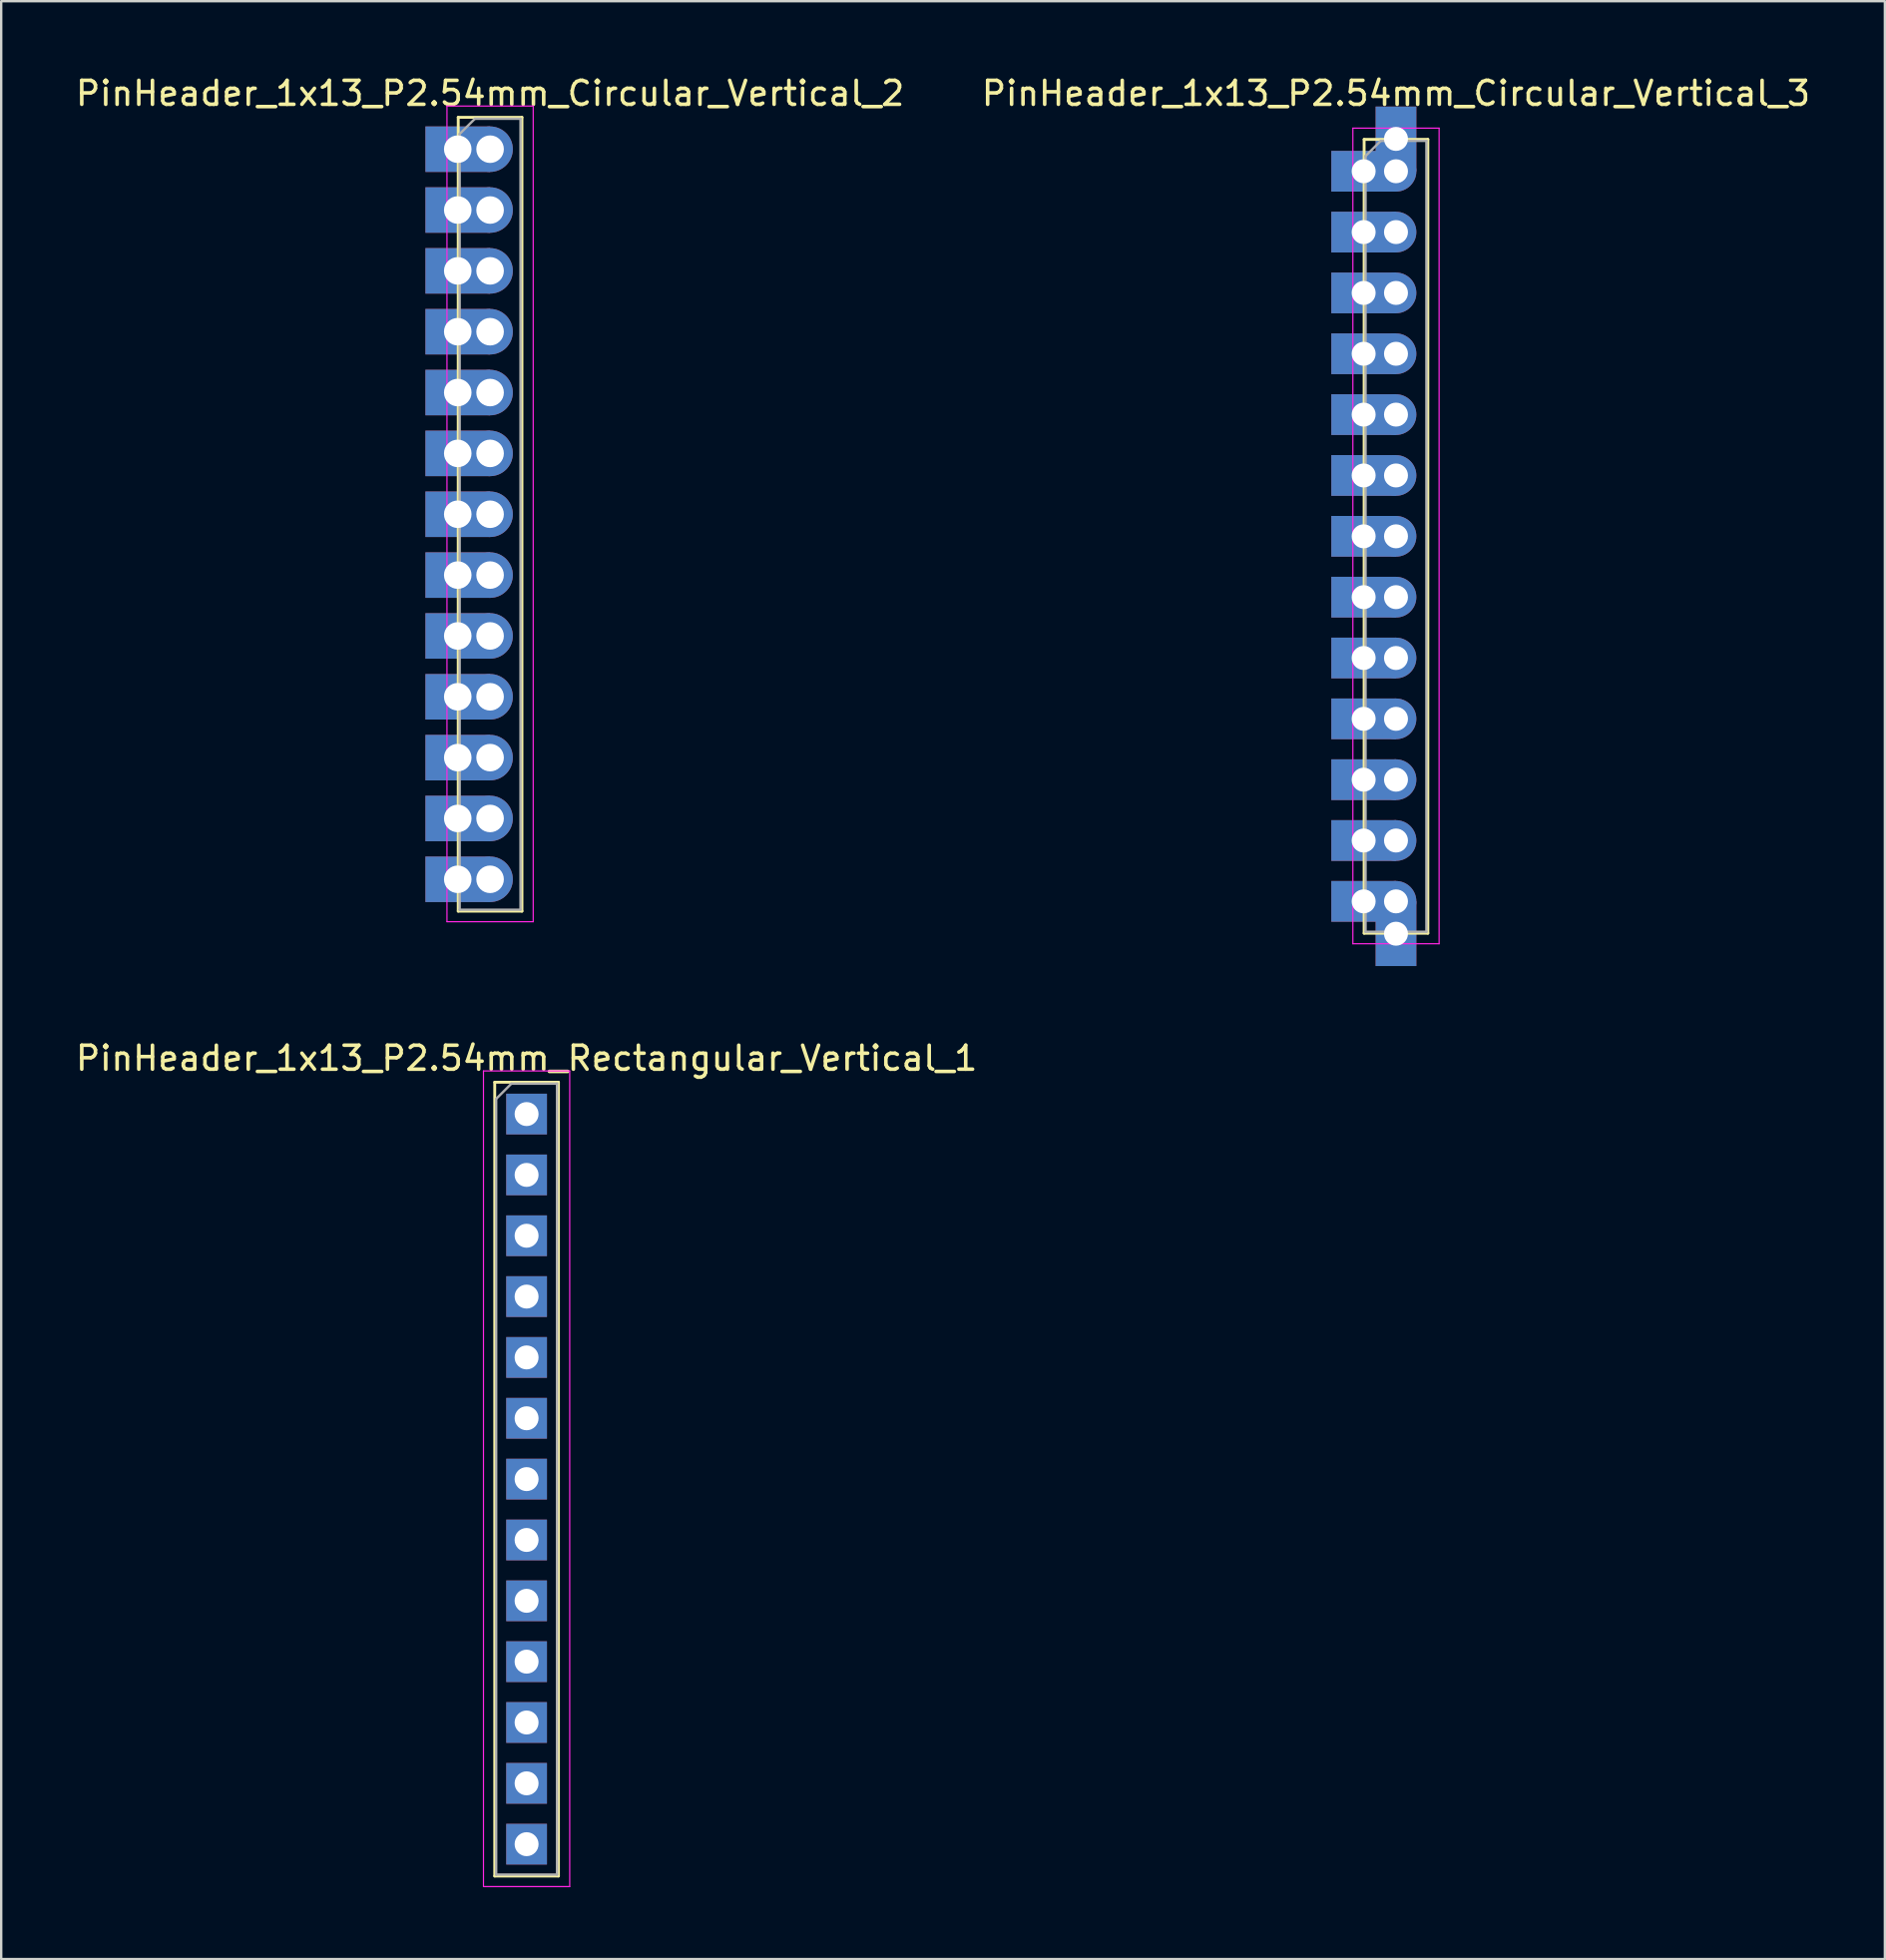
<source format=kicad_pcb>
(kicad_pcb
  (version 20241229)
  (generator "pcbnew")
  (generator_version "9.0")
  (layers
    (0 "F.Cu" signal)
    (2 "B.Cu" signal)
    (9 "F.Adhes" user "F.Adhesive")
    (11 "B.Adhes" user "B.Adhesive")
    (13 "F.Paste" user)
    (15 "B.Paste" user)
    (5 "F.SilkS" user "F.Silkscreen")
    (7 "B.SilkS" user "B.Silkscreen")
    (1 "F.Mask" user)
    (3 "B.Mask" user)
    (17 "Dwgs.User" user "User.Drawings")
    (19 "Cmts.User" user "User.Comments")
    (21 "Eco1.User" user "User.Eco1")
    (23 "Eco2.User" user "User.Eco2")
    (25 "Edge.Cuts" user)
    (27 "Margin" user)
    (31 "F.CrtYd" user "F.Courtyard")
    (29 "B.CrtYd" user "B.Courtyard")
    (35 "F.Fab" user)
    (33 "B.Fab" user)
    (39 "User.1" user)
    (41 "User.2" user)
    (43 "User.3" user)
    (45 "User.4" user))
  (footprint "PinHeader_1x13_P2.54mm_Circular_Vertical_2"
    (layer "F.Cu")
    (at 17.411 3.178)
    (property "Reference" "PinHeader_1x13_P2.54mm_Circular_Vertical_2" (at 0 -2.33 0) (layer "F.SilkS") (effects (font (size 1 1) (thickness 0.15))))
    (attr through_hole)
    (fp_line (start -1.33 -1.33) (end -1.33 31.81) (stroke (width 0.12) (type solid)) (layer "F.SilkS"))
    (fp_line (start -1.33 -1.33) (end 1.33 -1.33) (stroke (width 0.12) (type solid)) (layer "F.SilkS"))
    (fp_line (start -1.33 31.81) (end 1.33 31.81) (stroke (width 0.12) (type solid)) (layer "F.SilkS"))
    (fp_line (start 1.33 -1.33) (end 1.33 31.81) (stroke (width 0.12) (type solid)) (layer "F.SilkS"))
    (fp_line (start -1.8 -1.8) (end -1.8 32.25) (stroke (width 0.05) (type solid)) (layer "F.CrtYd"))
    (fp_line (start -1.8 32.25) (end 1.8 32.25) (stroke (width 0.05) (type solid)) (layer "F.CrtYd"))
    (fp_line (start 1.8 -1.8) (end -1.8 -1.8) (stroke (width 0.05) (type solid)) (layer "F.CrtYd"))
    (fp_line (start 1.8 32.25) (end 1.8 -1.8) (stroke (width 0.05) (type solid)) (layer "F.CrtYd"))
    (fp_line (start -1.27 -0.635) (end -0.635 -1.27) (stroke (width 0.1) (type solid)) (layer "F.Fab"))
    (fp_line (start -1.27 31.75) (end -1.27 -0.635) (stroke (width 0.1) (type solid)) (layer "F.Fab"))
    (fp_line (start -0.635 -1.27) (end 1.27 -1.27) (stroke (width 0.1) (type solid)) (layer "F.Fab"))
    (fp_line (start 1.27 -1.27) (end 1.27 31.75) (stroke (width 0.1) (type solid)) (layer "F.Fab"))
    (fp_line (start 1.27 31.75) (end -1.27 31.75) (stroke (width 0.1) (type solid)) (layer "F.Fab"))
    (pad "1" thru_hole rect (at -1.35 0) (size 2.7 1.9) (drill 1.15) (layers "*.Cu" "*.Mask"))
    (pad "1" thru_hole circle (at 0 0) (size 1.9 1.9) (drill 1.15) (layers "*.Cu" "*.Mask"))
    (pad "2" thru_hole rect (at -1.35 2.54) (size 2.7 1.9) (drill 1.15) (layers "*.Cu" "*.Mask"))
    (pad "2" thru_hole circle (at 0 2.54) (size 1.9 1.9) (drill 1.15) (layers "*.Cu" "*.Mask"))
    (pad "3" thru_hole rect (at -1.35 5.08) (size 2.7 1.9) (drill 1.15) (layers "*.Cu" "*.Mask"))
    (pad "3" thru_hole circle (at 0 5.08) (size 1.9 1.9) (drill 1.15) (layers "*.Cu" "*.Mask"))
    (pad "4" thru_hole rect (at -1.35 7.62) (size 2.7 1.9) (drill 1.15) (layers "*.Cu" "*.Mask"))
    (pad "4" thru_hole circle (at 0 7.62) (size 1.9 1.9) (drill 1.15) (layers "*.Cu" "*.Mask"))
    (pad "5" thru_hole rect (at -1.35 10.16) (size 2.7 1.9) (drill 1.15) (layers "*.Cu" "*.Mask"))
    (pad "5" thru_hole circle (at 0 10.16) (size 1.9 1.9) (drill 1.15) (layers "*.Cu" "*.Mask"))
    (pad "6" thru_hole rect (at -1.35 12.7) (size 2.7 1.9) (drill 1.15) (layers "*.Cu" "*.Mask"))
    (pad "6" thru_hole circle (at 0 12.7) (size 1.9 1.9) (drill 1.15) (layers "*.Cu" "*.Mask"))
    (pad "7" thru_hole rect (at -1.35 15.24) (size 2.7 1.9) (drill 1.15) (layers "*.Cu" "*.Mask"))
    (pad "7" thru_hole circle (at 0 15.24) (size 1.9 1.9) (drill 1.15) (layers "*.Cu" "*.Mask"))
    (pad "8" thru_hole rect (at -1.35 17.78) (size 2.7 1.9) (drill 1.15) (layers "*.Cu" "*.Mask"))
    (pad "8" thru_hole circle (at 0 17.78) (size 1.9 1.9) (drill 1.15) (layers "*.Cu" "*.Mask"))
    (pad "9" thru_hole rect (at -1.35 20.32) (size 2.7 1.9) (drill 1.15) (layers "*.Cu" "*.Mask"))
    (pad "9" thru_hole circle (at 0 20.32) (size 1.9 1.9) (drill 1.15) (layers "*.Cu" "*.Mask"))
    (pad "10" thru_hole rect (at -1.35 22.86) (size 2.7 1.9) (drill 1.15) (layers "*.Cu" "*.Mask"))
    (pad "10" thru_hole circle (at 0 22.86) (size 1.9 1.9) (drill 1.15) (layers "*.Cu" "*.Mask"))
    (pad "11" thru_hole rect (at -1.35 25.4) (size 2.7 1.9) (drill 1.15) (layers "*.Cu" "*.Mask"))
    (pad "11" thru_hole circle (at 0 25.4) (size 1.9 1.9) (drill 1.15) (layers "*.Cu" "*.Mask"))
    (pad "12" thru_hole rect (at -1.35 27.94) (size 2.7 1.9) (drill 1.15) (layers "*.Cu" "*.Mask"))
    (pad "12" thru_hole circle (at 0 27.94) (size 1.9 1.9) (drill 1.15) (layers "*.Cu" "*.Mask"))
    (pad "13" thru_hole rect (at -1.35 30.48) (size 2.7 1.9) (drill 1.15) (layers "*.Cu" "*.Mask"))
    (pad "13" thru_hole circle (at 0 30.48) (size 1.9 1.9) (drill 1.15) (layers "*.Cu" "*.Mask")))
  (footprint "PinHeader_1x13_P2.54mm_Circular_Vertical_3"
    (layer "F.Cu")
    (at 55.232 4.099)
    (property "Reference" "PinHeader_1x13_P2.54mm_Circular_Vertical_3" (at 0 -3.251 0) (layer "F.SilkS") (effects (font (size 1 1) (thickness 0.15))))
    (attr through_hole)
    (fp_line (start -1.33 -1.33) (end -1.33 31.81) (stroke (width 0.12) (type solid)) (layer "F.SilkS"))
    (fp_line (start -1.33 -1.33) (end 1.33 -1.33) (stroke (width 0.12) (type solid)) (layer "F.SilkS"))
    (fp_line (start -1.33 31.81) (end 1.33 31.81) (stroke (width 0.12) (type solid)) (layer "F.SilkS"))
    (fp_line (start 1.33 -1.33) (end 1.33 31.81) (stroke (width 0.12) (type solid)) (layer "F.SilkS"))
    (fp_line (start -1.8 -1.8) (end -1.8 32.25) (stroke (width 0.05) (type solid)) (layer "F.CrtYd"))
    (fp_line (start -1.8 32.25) (end 1.8 32.25) (stroke (width 0.05) (type solid)) (layer "F.CrtYd"))
    (fp_line (start 1.8 -1.8) (end -1.8 -1.8) (stroke (width 0.05) (type solid)) (layer "F.CrtYd"))
    (fp_line (start 1.8 32.25) (end 1.8 -1.8) (stroke (width 0.05) (type solid)) (layer "F.CrtYd"))
    (fp_line (start -1.27 -0.635) (end -0.635 -1.27) (stroke (width 0.1) (type solid)) (layer "F.Fab"))
    (fp_line (start -1.27 31.75) (end -1.27 -0.635) (stroke (width 0.1) (type solid)) (layer "F.Fab"))
    (fp_line (start -0.635 -1.27) (end 1.27 -1.27) (stroke (width 0.1) (type solid)) (layer "F.Fab"))
    (fp_line (start 1.27 -1.27) (end 1.27 31.75) (stroke (width 0.1) (type solid)) (layer "F.Fab"))
    (fp_line (start 1.27 31.75) (end -1.27 31.75) (stroke (width 0.1) (type solid)) (layer "F.Fab"))
    (pad "1" thru_hole rect (at -1.35 0) (size 2.7 1.7) (drill 1) (layers "*.Cu" "*.Mask"))
    (pad "1" thru_hole rect (at 0 -1.35) (size 1.7 2.7) (drill 1) (layers "*.Cu" "*.Mask"))
    (pad "1" thru_hole circle (at 0 0) (size 1.7 1.7) (drill 1) (layers "*.Cu" "*.Mask"))
    (pad "2" thru_hole rect (at -1.35 2.54) (size 2.7 1.7) (drill 1) (layers "*.Cu" "*.Mask"))
    (pad "2" thru_hole circle (at 0 2.54) (size 1.7 1.7) (drill 1) (layers "*.Cu" "*.Mask"))
    (pad "3" thru_hole rect (at -1.35 5.08) (size 2.7 1.7) (drill 1) (layers "*.Cu" "*.Mask"))
    (pad "3" thru_hole circle (at 0 5.08) (size 1.7 1.7) (drill 1) (layers "*.Cu" "*.Mask"))
    (pad "4" thru_hole rect (at -1.35 7.62) (size 2.7 1.7) (drill 1) (layers "*.Cu" "*.Mask"))
    (pad "4" thru_hole circle (at 0 7.62) (size 1.7 1.7) (drill 1) (layers "*.Cu" "*.Mask"))
    (pad "5" thru_hole rect (at -1.35 10.16) (size 2.7 1.7) (drill 1) (layers "*.Cu" "*.Mask"))
    (pad "5" thru_hole circle (at 0 10.16) (size 1.7 1.7) (drill 1) (layers "*.Cu" "*.Mask"))
    (pad "6" thru_hole rect (at -1.35 12.7) (size 2.7 1.7) (drill 1) (layers "*.Cu" "*.Mask"))
    (pad "6" thru_hole circle (at 0 12.7) (size 1.7 1.7) (drill 1) (layers "*.Cu" "*.Mask"))
    (pad "7" thru_hole rect (at -1.35 15.24) (size 2.7 1.7) (drill 1) (layers "*.Cu" "*.Mask"))
    (pad "7" thru_hole circle (at 0 15.24) (size 1.7 1.7) (drill 1) (layers "*.Cu" "*.Mask"))
    (pad "8" thru_hole rect (at -1.35 17.78) (size 2.7 1.7) (drill 1) (layers "*.Cu" "*.Mask"))
    (pad "8" thru_hole circle (at 0 17.78) (size 1.7 1.7) (drill 1) (layers "*.Cu" "*.Mask"))
    (pad "9" thru_hole rect (at -1.35 20.32) (size 2.7 1.7) (drill 1) (layers "*.Cu" "*.Mask"))
    (pad "9" thru_hole circle (at 0 20.32) (size 1.7 1.7) (drill 1) (layers "*.Cu" "*.Mask"))
    (pad "10" thru_hole rect (at -1.35 22.86) (size 2.7 1.7) (drill 1) (layers "*.Cu" "*.Mask"))
    (pad "10" thru_hole circle (at 0 22.86) (size 1.7 1.7) (drill 1) (layers "*.Cu" "*.Mask"))
    (pad "11" thru_hole rect (at -1.35 25.4) (size 2.7 1.7) (drill 1) (layers "*.Cu" "*.Mask"))
    (pad "11" thru_hole circle (at 0 25.4) (size 1.7 1.7) (drill 1) (layers "*.Cu" "*.Mask"))
    (pad "12" thru_hole rect (at -1.35 27.94) (size 2.7 1.7) (drill 1) (layers "*.Cu" "*.Mask"))
    (pad "12" thru_hole circle (at 0 27.94) (size 1.7 1.7) (drill 1) (layers "*.Cu" "*.Mask"))
    (pad "13" thru_hole rect (at -1.35 30.48) (size 2.7 1.7) (drill 1) (layers "*.Cu" "*.Mask"))
    (pad "13" thru_hole circle (at 0 30.48) (size 1.7 1.7) (drill 1) (layers "*.Cu" "*.Mask"))
    (pad "13" thru_hole rect (at 0 31.83) (size 1.7 2.7) (drill 1) (layers "*.Cu" "*.Mask")))
  (footprint "PinHeader_1x13_P2.54mm_Rectangular_Vertical_1"
    (layer "F.Cu")
    (at 18.935 43.458)
    (property "Reference" "PinHeader_1x13_P2.54mm_Rectangular_Vertical_1" (at 0 -2.33 0) (layer "F.SilkS") (effects (font (size 1 1) (thickness 0.15))))
    (attr through_hole)
    (fp_line (start -1.33 -1.33) (end -1.33 31.81) (stroke (width 0.12) (type solid)) (layer "F.SilkS"))
    (fp_line (start -1.33 -1.33) (end 1.33 -1.33) (stroke (width 0.12) (type solid)) (layer "F.SilkS"))
    (fp_line (start -1.33 31.81) (end 1.33 31.81) (stroke (width 0.12) (type solid)) (layer "F.SilkS"))
    (fp_line (start 1.33 -1.33) (end 1.33 31.81) (stroke (width 0.12) (type solid)) (layer "F.SilkS"))
    (fp_line (start -1.8 -1.8) (end -1.8 32.25) (stroke (width 0.05) (type solid)) (layer "F.CrtYd"))
    (fp_line (start -1.8 32.25) (end 1.8 32.25) (stroke (width 0.05) (type solid)) (layer "F.CrtYd"))
    (fp_line (start 1.8 -1.8) (end -1.8 -1.8) (stroke (width 0.05) (type solid)) (layer "F.CrtYd"))
    (fp_line (start 1.8 32.25) (end 1.8 -1.8) (stroke (width 0.05) (type solid)) (layer "F.CrtYd"))
    (fp_line (start -1.27 -0.635) (end -0.635 -1.27) (stroke (width 0.1) (type solid)) (layer "F.Fab"))
    (fp_line (start -1.27 31.75) (end -1.27 -0.635) (stroke (width 0.1) (type solid)) (layer "F.Fab"))
    (fp_line (start -0.635 -1.27) (end 1.27 -1.27) (stroke (width 0.1) (type solid)) (layer "F.Fab"))
    (fp_line (start 1.27 -1.27) (end 1.27 31.75) (stroke (width 0.1) (type solid)) (layer "F.Fab"))
    (fp_line (start 1.27 31.75) (end -1.27 31.75) (stroke (width 0.1) (type solid)) (layer "F.Fab"))
    (pad "1" thru_hole rect (at 0 0) (size 1.7 1.7) (drill 1) (layers "*.Cu" "*.Mask"))
    (pad "2" thru_hole rect (at 0 2.54) (size 1.7 1.7) (drill 1) (layers "*.Cu" "*.Mask"))
    (pad "3" thru_hole rect (at 0 5.08) (size 1.7 1.7) (drill 1) (layers "*.Cu" "*.Mask"))
    (pad "4" thru_hole rect (at 0 7.62) (size 1.7 1.7) (drill 1) (layers "*.Cu" "*.Mask"))
    (pad "5" thru_hole rect (at 0 10.16) (size 1.7 1.7) (drill 1) (layers "*.Cu" "*.Mask"))
    (pad "6" thru_hole rect (at 0 12.7) (size 1.7 1.7) (drill 1) (layers "*.Cu" "*.Mask"))
    (pad "7" thru_hole rect (at 0 15.24) (size 1.7 1.7) (drill 1) (layers "*.Cu" "*.Mask"))
    (pad "8" thru_hole rect (at 0 17.78) (size 1.7 1.7) (drill 1) (layers "*.Cu" "*.Mask"))
    (pad "9" thru_hole rect (at 0 20.32) (size 1.7 1.7) (drill 1) (layers "*.Cu" "*.Mask"))
    (pad "10" thru_hole rect (at 0 22.86) (size 1.7 1.7) (drill 1) (layers "*.Cu" "*.Mask"))
    (pad "11" thru_hole rect (at 0 25.4) (size 1.7 1.7) (drill 1) (layers "*.Cu" "*.Mask"))
    (pad "12" thru_hole rect (at 0 27.94) (size 1.7 1.7) (drill 1) (layers "*.Cu" "*.Mask"))
    (pad "13" thru_hole rect (at 0 30.48) (size 1.7 1.7) (drill 1) (layers "*.Cu" "*.Mask")))
  (gr_rect
    (start -3 -3)
    (end 75.643 78.733)
    (stroke (width 0.1) (type default))
    (fill no)
    (layer "Edge.Cuts")))
</source>
